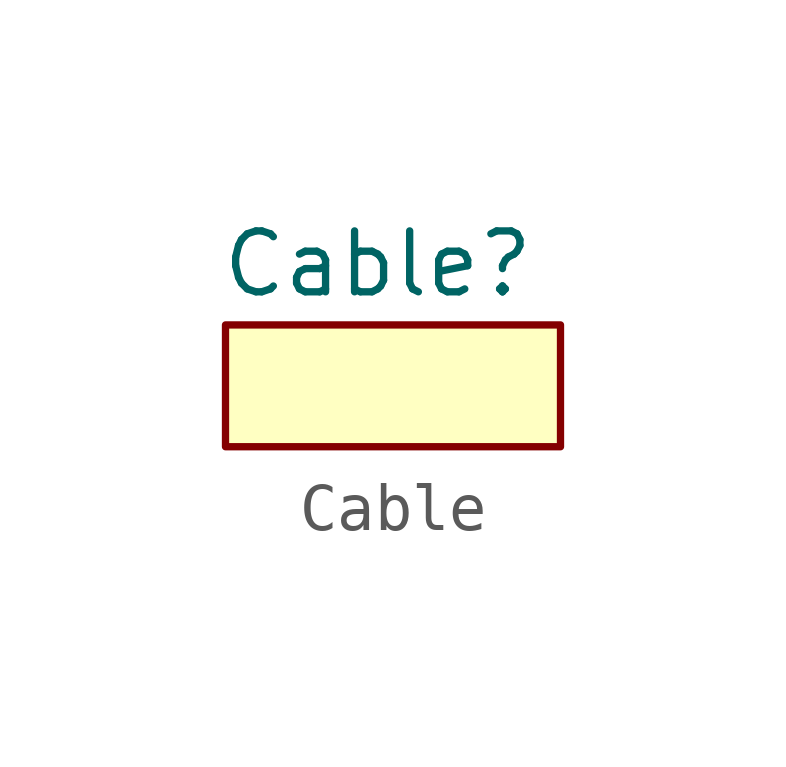
<source format=kicad_sym>
(kicad_symbol_lib
  (version 20220914)
  (generator kicad_symbol_editor)
  (symbol "Cable"
    (property "Reference" "Cable"
      (at 0 2.54 0)
      (effects (font (size 1.27 1.27))))
    (property "Value" ""
      (at 0 0 0)
      (effects (font (size 1.27 1.27))))
    (symbol "Cable_1_1"
      (rectangle (start -3.175 1.27) (end 3.81 -1.27) (stroke (width 0) (type default)) (fill (type background))))))
</source>
